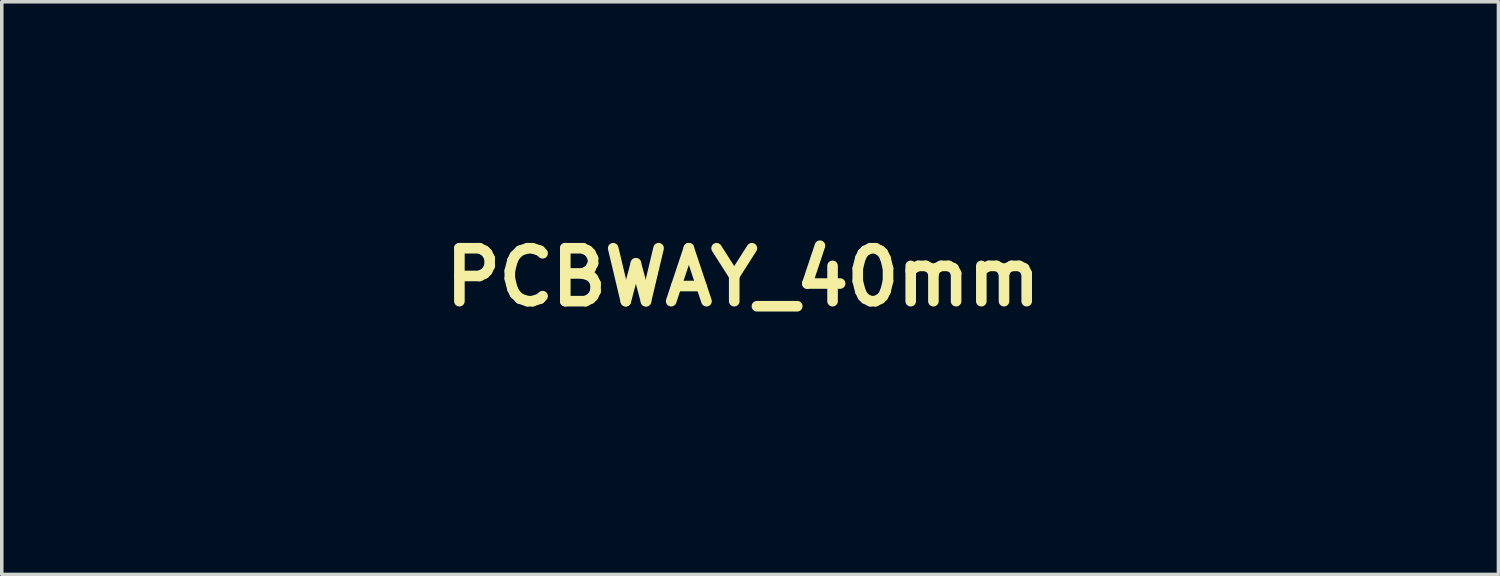
<source format=kicad_pcb>
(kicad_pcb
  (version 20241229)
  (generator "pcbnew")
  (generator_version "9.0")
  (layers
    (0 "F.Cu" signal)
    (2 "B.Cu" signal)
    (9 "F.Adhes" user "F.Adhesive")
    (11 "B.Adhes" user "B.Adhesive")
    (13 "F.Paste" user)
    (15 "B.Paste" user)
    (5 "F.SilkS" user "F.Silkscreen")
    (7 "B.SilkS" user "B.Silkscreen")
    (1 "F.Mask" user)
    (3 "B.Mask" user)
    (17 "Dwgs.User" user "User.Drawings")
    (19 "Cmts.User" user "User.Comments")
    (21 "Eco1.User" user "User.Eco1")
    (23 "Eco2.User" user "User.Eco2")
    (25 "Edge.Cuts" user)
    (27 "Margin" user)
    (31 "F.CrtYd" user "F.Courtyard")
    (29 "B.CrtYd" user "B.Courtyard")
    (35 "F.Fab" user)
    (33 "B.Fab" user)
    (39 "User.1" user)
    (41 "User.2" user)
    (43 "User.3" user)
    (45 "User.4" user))
  (footprint "PCBWAY_40mm"
    (layer "F.Cu")
    (at 18 4.804)
    (property "Reference" "PCBWAY_40mm" (at 0 0 0) (layer "F.SilkS") (effects (font (size 1.5 1.5) (thickness 0.3))))
    (attr board_only exclude_from_pos_files exclude_from_bom)
    (fp_poly (pts (xy -15.517 -4.654) (xy -14.96 -4.646) (xy -14.519 -4.636) (xy -14.179 -4.624) (xy -13.922 -4.609) (xy -13.732 -4.59) (xy -13.591 -4.564) (xy -13.484 -4.532) (xy -13.437 -4.513) (xy -13.059 -4.302) (xy -12.775 -4.034) (xy -12.547 -3.673) (xy -12.539 -3.657) (xy -12.432 -3.426) (xy -12.37 -3.228) (xy -12.341 -3.009) (xy -12.333 -2.715) (xy -12.333 -2.691) (xy -12.375 -2.152) (xy -12.505 -1.706) (xy -12.73 -1.341) (xy -13.058 -1.043) (xy -13.379 -0.856) (xy -13.549 -0.774) (xy -13.696 -0.716) (xy -13.848 -0.675) (xy -14.032 -0.647) (xy -14.276 -0.628) (xy -14.608 -0.613) (xy -14.879 -0.603) (xy -15.943 -0.567) (xy -15.955 0.633) (xy -15.967 1.833) (xy -16.602 1.854) (xy -16.881 1.858) (xy -17.109 1.852) (xy -17.253 1.838) (xy -17.285 1.826) (xy -17.295 1.752) (xy -17.304 1.557) (xy -17.312 1.255) (xy -17.319 0.86) (xy -17.325 0.383) (xy -17.329 -0.162) (xy -17.332 -0.762) (xy -17.333 -1.403) (xy -17.333 -1.45) (xy -17.333 -3.533) (xy -15.933 -3.533) (xy -15.933 -2.625) (xy -15.933 -1.717) (xy -15.183 -1.746) (xy -14.745 -1.774) (xy -14.425 -1.819) (xy -14.211 -1.882) (xy -14.197 -1.889) (xy -13.943 -2.074) (xy -13.787 -2.32) (xy -13.725 -2.598) (xy -13.756 -2.88) (xy -13.878 -3.139) (xy -14.087 -3.345) (xy -14.32 -3.455) (xy -14.502 -3.489) (xy -14.772 -3.516) (xy -15.086 -3.531) (xy -15.258 -3.533) (xy -15.933 -3.533) (xy -17.333 -3.533) (xy -17.333 -4.678)) (stroke (width 0) (type solid)) (fill yes) (layer "F.Mask"))
    (fp_poly (pts (xy -8.506 -4.583) (xy -8.126 -4.541) (xy -7.942 -4.503) (xy -7.324 -4.276) (xy -6.777 -3.947) (xy -6.515 -3.727) (xy -6.167 -3.398) (xy -6.567 -3.033) (xy -6.759 -2.863) (xy -6.917 -2.735) (xy -7.012 -2.67) (xy -7.025 -2.667) (xy -7.105 -2.707) (xy -7.243 -2.81) (xy -7.321 -2.877) (xy -7.522 -3.026) (xy -7.775 -3.18) (xy -7.93 -3.26) (xy -8.309 -3.384) (xy -8.739 -3.441) (xy -9.174 -3.431) (xy -9.567 -3.351) (xy -9.738 -3.283) (xy -10.053 -3.084) (xy -10.351 -2.82) (xy -10.596 -2.526) (xy -10.754 -2.239) (xy -10.764 -2.212) (xy -10.838 -1.868) (xy -10.863 -1.462) (xy -10.837 -1.057) (xy -10.763 -0.72) (xy -10.558 -0.311) (xy -10.261 0.023) (xy -9.89 0.275) (xy -9.466 0.443) (xy -9.009 0.521) (xy -8.538 0.506) (xy -8.073 0.392) (xy -7.633 0.176) (xy -7.435 0.032) (xy -7.247 -0.116) (xy -7.097 -0.223) (xy -7.017 -0.266) (xy -7.015 -0.267) (xy -6.946 -0.222) (xy -6.812 -0.105) (xy -6.638 0.062) (xy -6.599 0.101) (xy -6.418 0.291) (xy -6.318 0.433) (xy -6.305 0.553) (xy -6.383 0.679) (xy -6.559 0.836) (xy -6.784 1.01) (xy -7.15 1.263) (xy -7.502 1.44) (xy -7.878 1.554) (xy -8.316 1.618) (xy -8.733 1.641) (xy -9.246 1.641) (xy -9.631 1.61) (xy -9.821 1.57) (xy -10.411 1.337) (xy -10.932 1.003) (xy -11.371 0.581) (xy -11.714 0.085) (xy -11.948 -0.472) (xy -12 -0.673) (xy -12.061 -1.142) (xy -12.057 -1.665) (xy -11.992 -2.188) (xy -11.872 -2.655) (xy -11.831 -2.764) (xy -11.575 -3.227) (xy -11.211 -3.655) (xy -10.766 -4.025) (xy -10.264 -4.318) (xy -9.73 -4.512) (xy -9.667 -4.528) (xy -9.332 -4.577) (xy -8.926 -4.595)) (stroke (width 0) (type solid)) (fill yes) (layer "F.Mask"))
    (fp_poly (pts (xy 10.758 -3.268) (xy 11.307 -3.186) (xy 11.744 -3.063) (xy 12.084 -2.89) (xy 12.344 -2.658) (xy 12.539 -2.36) (xy 12.547 -2.345) (xy 12.591 -2.25) (xy 12.626 -2.157) (xy 12.652 -2.049) (xy 12.672 -1.908) (xy 12.685 -1.718) (xy 12.693 -1.463) (xy 12.698 -1.126) (xy 12.7 -0.689) (xy 12.7 -0.137) (xy 12.7 -0.1) (xy 12.7 1.833) (xy 11.917 1.852) (xy 11.133 1.871) (xy 11.133 1.635) (xy 11.124 1.48) (xy 11.101 1.402) (xy 11.096 1.4) (xy 11.024 1.437) (xy 10.89 1.529) (xy 10.842 1.565) (xy 10.535 1.76) (xy 10.214 1.877) (xy 9.833 1.927) (xy 9.619 1.932) (xy 9.297 1.921) (xy 9.058 1.881) (xy 8.85 1.803) (xy 8.808 1.782) (xy 8.474 1.543) (xy 8.226 1.222) (xy 8.067 0.846) (xy 8.001 0.44) (xy 8.019 0.211) (xy 9.614 0.211) (xy 9.625 0.413) (xy 9.725 0.628) (xy 9.916 0.772) (xy 10.171 0.842) (xy 10.465 0.831) (xy 10.771 0.735) (xy 10.909 0.661) (xy 11.023 0.586) (xy 11.09 0.51) (xy 11.122 0.398) (xy 11.132 0.215) (xy 11.133 0.02) (xy 11.133 -0.482) (xy 10.683 -0.436) (xy 10.234 -0.357) (xy 9.906 -0.222) (xy 9.7 -0.033) (xy 9.614 0.211) (xy 8.019 0.211) (xy 8.034 0.029) (xy 8.169 -0.362) (xy 8.387 -0.681) (xy 8.631 -0.897) (xy 8.941 -1.073) (xy 9.332 -1.214) (xy 9.82 -1.325) (xy 10.42 -1.41) (xy 10.65 -1.434) (xy 10.884 -1.465) (xy 11.056 -1.503) (xy 11.132 -1.542) (xy 11.133 -1.546) (xy 11.081 -1.709) (xy 10.95 -1.885) (xy 10.783 -2.025) (xy 10.691 -2.07) (xy 10.33 -2.138) (xy 9.898 -2.14) (xy 9.437 -2.078) (xy 9.049 -1.974) (xy 8.8 -1.893) (xy 8.599 -1.832) (xy 8.48 -1.802) (xy 8.465 -1.8) (xy 8.435 -1.863) (xy 8.413 -2.035) (xy 8.401 -2.293) (xy 8.4 -2.429) (xy 8.4 -3.057) (xy 8.75 -3.129) (xy 9.494 -3.251) (xy 10.164 -3.295)) (stroke (width 0) (type solid)) (fill yes) (layer "F.Mask"))
    (fp_poly (pts (xy -4.203 -4.736) (xy -3.627 -4.731) (xy -3.168 -4.723) (xy -2.81 -4.71) (xy -2.536 -4.691) (xy -2.329 -4.665) (xy -2.173 -4.632) (xy -2.158 -4.628) (xy -1.728 -4.449) (xy -1.407 -4.191) (xy -1.193 -3.855) (xy -1.086 -3.438) (xy -1.072 -3.227) (xy -1.114 -2.814) (xy -1.243 -2.44) (xy -1.446 -2.136) (xy -1.699 -1.934) (xy -1.832 -1.839) (xy -1.858 -1.766) (xy -1.772 -1.734) (xy -1.756 -1.733) (xy -1.642 -1.699) (xy -1.463 -1.61) (xy -1.314 -1.521) (xy -1.081 -1.346) (xy -0.917 -1.151) (xy -0.813 -0.909) (xy -0.756 -0.594) (xy -0.735 -0.179) (xy -0.735 -0.096) (xy -0.737 0.216) (xy -0.749 0.432) (xy -0.78 0.589) (xy -0.835 0.724) (xy -0.924 0.874) (xy -0.93 0.884) (xy -1.18 1.19) (xy -1.518 1.445) (xy -1.965 1.665) (xy -2.008 1.682) (xy -2.127 1.725) (xy -2.251 1.759) (xy -2.399 1.786) (xy -2.588 1.806) (xy -2.838 1.821) (xy -3.165 1.833) (xy -3.589 1.843) (xy -4.128 1.852) (xy -4.151 1.852) (xy -5.935 1.881) (xy -5.92 -1) (xy -4.267 -1) (xy -4.267 -0.192) (xy -4.267 0.616) (xy -3.617 0.587) (xy -3.189 0.554) (xy -2.887 0.497) (xy -2.752 0.446) (xy -2.54 0.289) (xy -2.424 0.079) (xy -2.389 -0.214) (xy -2.39 -0.254) (xy -2.431 -0.523) (xy -2.552 -0.726) (xy -2.762 -0.868) (xy -3.074 -0.956) (xy -3.497 -0.996) (xy -3.717 -1) (xy -4.267 -1) (xy -5.92 -1) (xy -5.917 -1.431) (xy -5.911 -2.558) (xy -4.26 -2.558) (xy -4.257 -2.369) (xy -4.239 -2.261) (xy -4.202 -2.211) (xy -4.138 -2.191) (xy -4.119 -2.188) (xy -3.928 -2.179) (xy -3.669 -2.187) (xy -3.406 -2.209) (xy -3.219 -2.237) (xy -3.011 -2.342) (xy -2.868 -2.531) (xy -2.797 -2.769) (xy -2.808 -3.019) (xy -2.91 -3.243) (xy -2.958 -3.298) (xy -3.172 -3.43) (xy -3.48 -3.509) (xy -3.851 -3.528) (xy -3.967 -3.522) (xy -4.233 -3.5) (xy -4.252 -2.855) (xy -4.26 -2.558) (xy -5.911 -2.558) (xy -5.9 -4.742)) (stroke (width 0) (type solid)) (fill yes) (layer "F.Mask"))
    (fp_poly (pts (xy 4.932 -3.919) (xy 5.029 -3.506) (xy 5.144 -3.022) (xy 5.262 -2.523) (xy 5.369 -2.069) (xy 5.377 -2.033) (xy 5.492 -1.547) (xy 5.58 -1.177) (xy 5.646 -0.907) (xy 5.693 -0.723) (xy 5.725 -0.61) (xy 5.746 -0.555) (xy 5.76 -0.541) (xy 5.763 -0.543) (xy 5.783 -0.612) (xy 5.826 -0.794) (xy 5.889 -1.072) (xy 5.969 -1.428) (xy 6.061 -1.846) (xy 6.16 -2.3) (xy 6.265 -2.784) (xy 6.366 -3.245) (xy 6.456 -3.661) (xy 6.533 -4.009) (xy 6.59 -4.267) (xy 6.619 -4.4) (xy 6.703 -4.767) (xy 7.496 -4.786) (xy 7.81 -4.788) (xy 8.076 -4.782) (xy 8.265 -4.767) (xy 8.348 -4.746) (xy 8.361 -4.655) (xy 8.337 -4.468) (xy 8.28 -4.216) (xy 8.274 -4.194) (xy 8.228 -4.017) (xy 8.153 -3.73) (xy 8.055 -3.348) (xy 7.938 -2.89) (xy 7.806 -2.373) (xy 7.665 -1.815) (xy 7.517 -1.234) (xy 7.5 -1.167) (xy 7.356 -0.596) (xy 7.219 -0.058) (xy 7.095 0.432) (xy 6.986 0.859) (xy 6.898 1.207) (xy 6.833 1.46) (xy 6.797 1.603) (xy 6.793 1.617) (xy 6.728 1.867) (xy 5.829 1.867) (xy 5.467 1.866) (xy 5.217 1.86) (xy 5.054 1.847) (xy 4.957 1.823) (xy 4.904 1.784) (xy 4.872 1.726) (xy 4.868 1.717) (xy 4.834 1.61) (xy 4.772 1.395) (xy 4.69 1.092) (xy 4.591 0.723) (xy 4.483 0.306) (xy 4.429 0.1) (xy 4.314 -0.348) (xy 4.203 -0.774) (xy 4.104 -1.155) (xy 4.021 -1.466) (xy 3.963 -1.682) (xy 3.948 -1.733) (xy 3.919 -1.844) (xy 3.896 -1.933) (xy 3.875 -1.991) (xy 3.852 -2.007) (xy 3.823 -1.969) (xy 3.784 -1.869) (xy 3.732 -1.694) (xy 3.663 -1.435) (xy 3.572 -1.081) (xy 3.455 -0.621) (xy 3.31 -0.044) (xy 3.282 0.067) (xy 2.833 1.833) (xy 1.915 1.852) (xy 1.525 1.857) (xy 1.252 1.852) (xy 1.079 1.836) (xy 0.99 1.809) (xy 0.97 1.785) (xy 0.945 1.695) (xy 0.894 1.498) (xy 0.823 1.219) (xy 0.737 0.879) (xy 0.667 0.6) (xy 0.579 0.246) (xy 0.464 -0.208) (xy 0.33 -0.735) (xy 0.185 -1.307) (xy 0.036 -1.895) (xy -0.111 -2.471) (xy -0.137 -2.572) (xy -0.266 -3.079) (xy -0.384 -3.546) (xy -0.486 -3.957) (xy -0.569 -4.295) (xy -0.629 -4.546) (xy -0.662 -4.692) (xy -0.667 -4.722) (xy -0.619 -4.757) (xy -0.47 -4.781) (xy -0.209 -4.795) (xy 0.175 -4.8) (xy 0.199 -4.8) (xy 0.552 -4.799) (xy 0.795 -4.794) (xy 0.948 -4.78) (xy 1.035 -4.755) (xy 1.078 -4.715) (xy 1.098 -4.655) (xy 1.099 -4.65) (xy 1.121 -4.548) (xy 1.166 -4.334) (xy 1.231 -4.024) (xy 1.311 -3.636) (xy 1.403 -3.188) (xy 1.503 -2.698) (xy 1.536 -2.537) (xy 1.637 -2.044) (xy 1.731 -1.595) (xy 1.813 -1.206) (xy 1.88 -0.894) (xy 1.929 -0.673) (xy 1.956 -0.562) (xy 1.96 -0.551) (xy 1.981 -0.608) (xy 2.03 -0.779) (xy 2.103 -1.05) (xy 2.196 -1.405) (xy 2.305 -1.83) (xy 2.427 -2.31) (xy 2.512 -2.648) (xy 3.041 -4.767) (xy 3.881 -4.785) (xy 4.721 -4.804)) (stroke (width 0) (type solid)) (fill yes) (layer "F.Mask"))
    (fp_poly (pts (xy 13.451 -3.149) (xy 13.823 -3.14) (xy 14.076 -3.121) (xy 14.225 -3.092) (xy 14.283 -3.054) (xy 14.316 -2.972) (xy 14.382 -2.786) (xy 14.475 -2.52) (xy 14.587 -2.196) (xy 14.711 -1.834) (xy 14.838 -1.459) (xy 14.961 -1.092) (xy 15.073 -0.755) (xy 15.167 -0.471) (xy 15.234 -0.262) (xy 15.267 -0.15) (xy 15.269 -0.139) (xy 15.289 -0.186) (xy 15.344 -0.344) (xy 15.429 -0.601) (xy 15.539 -0.939) (xy 15.669 -1.346) (xy 15.815 -1.805) (xy 15.971 -2.302) (xy 16.048 -2.55) (xy 16.23 -3.133) (xy 17.049 -3.133) (xy 17.361 -3.131) (xy 17.619 -3.124) (xy 17.796 -3.113) (xy 17.866 -3.101) (xy 17.867 -3.1) (xy 17.844 -3.027) (xy 17.784 -2.859) (xy 17.697 -2.625) (xy 17.643 -2.483) (xy 17.499 -2.106) (xy 17.334 -1.67) (xy 17.154 -1.188) (xy 16.963 -0.675) (xy 16.767 -0.147) (xy 16.572 0.383) (xy 16.383 0.898) (xy 16.206 1.385) (xy 16.045 1.829) (xy 15.907 2.214) (xy 15.796 2.526) (xy 15.718 2.751) (xy 15.678 2.873) (xy 15.675 2.891) (xy 15.746 2.904) (xy 15.929 2.93) (xy 16.204 2.966) (xy 16.552 3.008) (xy 16.951 3.056) (xy 17.05 3.068) (xy 17.457 3.118) (xy 17.814 3.167) (xy 18.103 3.212) (xy 18.304 3.249) (xy 18.396 3.277) (xy 18.4 3.281) (xy 18.376 3.333) (xy 18.294 3.368) (xy 18.14 3.386) (xy 17.9 3.388) (xy 17.559 3.374) (xy 17.102 3.345) (xy 17.006 3.338) (xy 16.613 3.31) (xy 16.257 3.285) (xy 15.963 3.264) (xy 15.756 3.25) (xy 15.67 3.244) (xy 15.546 3.264) (xy 15.471 3.368) (xy 15.443 3.45) (xy 15.381 3.667) (xy 14.524 3.667) (xy 14.203 3.664) (xy 13.937 3.657) (xy 13.751 3.646) (xy 13.668 3.634) (xy 13.667 3.631) (xy 13.69 3.552) (xy 13.748 3.401) (xy 13.768 3.354) (xy 13.827 3.197) (xy 13.851 3.103) (xy 13.849 3.094) (xy 13.771 3.075) (xy 13.576 3.05) (xy 13.28 3.018) (xy 12.9 2.982) (xy 12.452 2.944) (xy 11.951 2.904) (xy 11.415 2.865) (xy 10.933 2.832) (xy 9.142 2.742) (xy 7.239 2.703) (xy 5.238 2.713) (xy 3.151 2.773) (xy 0.991 2.881) (xy -1.231 3.038) (xy -3.502 3.242) (xy -5.809 3.493) (xy -6.167 3.536) (xy -7.394 3.689) (xy -8.567 3.845) (xy -9.718 4.009) (xy -10.879 4.185) (xy -12.08 4.377) (xy -13.352 4.592) (xy -14.533 4.799) (xy -15.262 4.929) (xy -15.922 5.048) (xy -16.501 5.154) (xy -16.989 5.245) (xy -17.374 5.319) (xy -17.644 5.373) (xy -17.721 5.39) (xy -17.919 5.42) (xy -17.998 5.394) (xy -18 5.384) (xy -17.989 5.287) (xy -17.959 5.1) (xy -17.921 4.889) (xy -17.868 4.646) (xy -17.812 4.507) (xy -17.738 4.442) (xy -17.705 4.431) (xy -17.469 4.382) (xy -17.119 4.316) (xy -16.671 4.237) (xy -16.144 4.147) (xy -15.555 4.049) (xy -14.92 3.946) (xy -14.259 3.84) (xy -13.587 3.735) (xy -12.923 3.632) (xy -12.284 3.536) (xy -11.687 3.449) (xy -11.15 3.373) (xy -10.867 3.334) (xy -8.231 3.008) (xy -5.686 2.744) (xy -3.207 2.541) (xy -0.767 2.397) (xy 1.659 2.311) (xy 4.097 2.28) (xy 5.423 2.286) (xy 6.474 2.299) (xy 7.415 2.316) (xy 8.267 2.337) (xy 9.054 2.364) (xy 9.797 2.397) (xy 10.519 2.437) (xy 11.243 2.487) (xy 11.991 2.546) (xy 12.786 2.615) (xy 12.933 2.629) (xy 13.291 2.659) (xy 13.6 2.679) (xy 13.837 2.689) (xy 13.979 2.686) (xy 14.008 2.679) (xy 14.05 2.598) (xy 14.124 2.427) (xy 14.215 2.201) (xy 14.229 2.165) (xy 14.41 1.696) (xy 13.909 0.365) (xy 13.725 -0.123) (xy 13.524 -0.654) (xy 13.323 -1.185) (xy 13.138 -1.673) (xy 13.003 -2.027) (xy 12.872 -2.377) (xy 12.763 -2.683) (xy 12.683 -2.923) (xy 12.638 -3.076) (xy 12.633 -3.122) (xy 12.71 -3.135) (xy 12.892 -3.144) (xy 13.152 -3.149)) (stroke (width 0) (type solid)) (fill yes) (layer "F.Mask")))
  (gr_rect
    (start -3 -3)
    (end 39.4 13.224)
    (stroke (width 0.1) (type default))
    (fill no)
    (layer "Edge.Cuts")))
</source>
